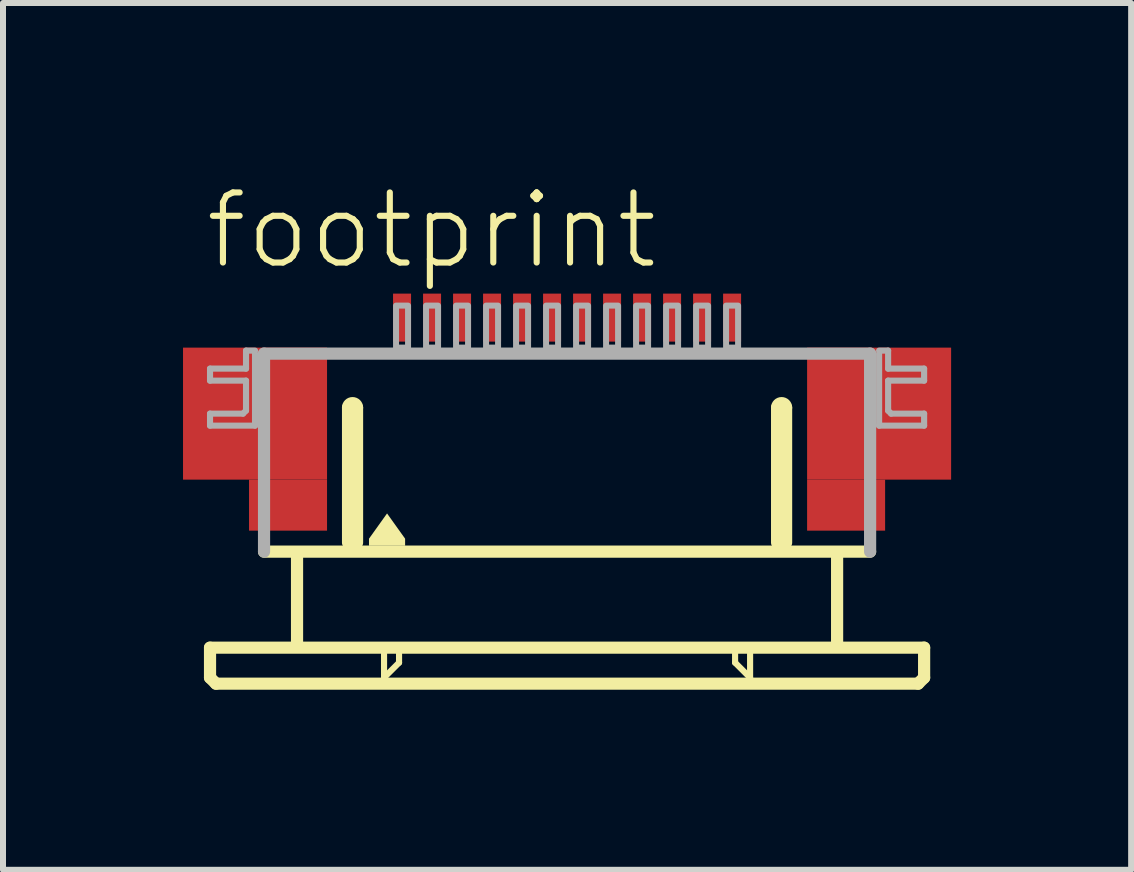
<source format=kicad_pcb>
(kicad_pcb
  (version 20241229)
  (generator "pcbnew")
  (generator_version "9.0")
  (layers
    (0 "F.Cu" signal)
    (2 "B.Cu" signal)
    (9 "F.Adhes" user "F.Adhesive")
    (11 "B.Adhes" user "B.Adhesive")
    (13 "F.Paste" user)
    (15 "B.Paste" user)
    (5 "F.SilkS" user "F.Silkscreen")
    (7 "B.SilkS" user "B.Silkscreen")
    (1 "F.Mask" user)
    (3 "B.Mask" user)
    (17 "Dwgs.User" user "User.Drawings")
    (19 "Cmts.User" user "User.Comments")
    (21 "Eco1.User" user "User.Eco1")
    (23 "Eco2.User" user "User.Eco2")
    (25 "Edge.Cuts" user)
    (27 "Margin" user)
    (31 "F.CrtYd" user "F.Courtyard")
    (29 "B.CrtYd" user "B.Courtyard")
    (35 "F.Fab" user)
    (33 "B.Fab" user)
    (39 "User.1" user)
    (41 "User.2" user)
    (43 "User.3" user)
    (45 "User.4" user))
  (footprint "footprint"
    (layer "F.Cu")
    (at 6.4 4.743)
    (property "Reference" "footprint" (at -6.08 -3.27 0) (layer "F.SilkS") (effects (font (size 1.168 1.168) (thickness 0.102)) (justify left bottom)))
    (fp_poly (pts (xy -6.4 0.2) (xy -4 0.2) (xy -4 -2) (xy -6.4 -2)) (stroke (width 0) (type solid)) (fill yes) (layer "F.Cu"))
    (fp_poly (pts (xy -5.3 1.05) (xy -4 1.05) (xy -4 0.2) (xy -5.3 0.2)) (stroke (width 0) (type solid)) (fill yes) (layer "F.Cu"))
    (fp_poly (pts (xy 4 0.2) (xy 6.4 0.2) (xy 6.4 -2) (xy 4 -2)) (stroke (width 0) (type solid)) (fill yes) (layer "F.Cu"))
    (fp_poly (pts (xy 4 1.05) (xy 5.3 1.05) (xy 5.3 0.2) (xy 4 0.2)) (stroke (width 0) (type solid)) (fill yes) (layer "F.Cu"))
    (fp_poly (pts (xy -6.4 0.2) (xy -5.25 0.2) (xy -5.25 -2) (xy -6.4 -2)) (stroke (width 0) (type solid)) (fill yes) (layer "F.Mask"))
    (fp_poly (pts (xy -5.3 1.05) (xy -4 1.05) (xy -4 -2) (xy -5.3 -2)) (stroke (width 0) (type solid)) (fill yes) (layer "F.Mask"))
    (fp_poly (pts (xy 5.3 -2) (xy 4 -2) (xy 4 1.05) (xy 5.3 1.05)) (stroke (width 0) (type solid)) (fill yes) (layer "F.Mask"))
    (fp_poly (pts (xy 6.4 -2) (xy 5.25 -2) (xy 5.25 0.2) (xy 6.4 0.2)) (stroke (width 0) (type solid)) (fill yes) (layer "F.Mask"))
    (fp_line (start -5.95 3) (end -5.95 3.5) (stroke (width 0.203) (type solid)) (layer "F.SilkS"))
    (fp_line (start -5.95 3.5) (end -5.85 3.6) (stroke (width 0.203) (type solid)) (layer "F.SilkS"))
    (fp_line (start -5.85 3.6) (end 5.85 3.6) (stroke (width 0.203) (type solid)) (layer "F.SilkS"))
    (fp_line (start -4.5 1.5) (end -4.5 2.9) (stroke (width 0.203) (type solid)) (layer "F.SilkS"))
    (fp_line (start -3.65 1.25) (end -3.65 -1) (stroke (width 0.203) (type solid)) (layer "F.SilkS"))
    (fp_line (start -3.5 -1) (end -3.5 1.25) (stroke (width 0.203) (type solid)) (layer "F.SilkS"))
    (fp_line (start -3.05 3.1) (end -3.05 3.5) (stroke (width 0.102) (type solid)) (layer "F.SilkS"))
    (fp_line (start -3.05 3.5) (end -2.8 3.25) (stroke (width 0.102) (type solid)) (layer "F.SilkS"))
    (fp_line (start -2.8 3.25) (end -2.8 3.1) (stroke (width 0.102) (type solid)) (layer "F.SilkS"))
    (fp_line (start 2.8 3.1) (end 2.8 3.25) (stroke (width 0.102) (type solid)) (layer "F.SilkS"))
    (fp_line (start 2.8 3.25) (end 3.05 3.5) (stroke (width 0.102) (type solid)) (layer "F.SilkS"))
    (fp_line (start 3.05 3.5) (end 3.05 3.1) (stroke (width 0.102) (type solid)) (layer "F.SilkS"))
    (fp_line (start 3.5 1.25) (end 3.5 -1) (stroke (width 0.203) (type solid)) (layer "F.SilkS"))
    (fp_line (start 3.65 -1) (end 3.65 1.25) (stroke (width 0.203) (type solid)) (layer "F.SilkS"))
    (fp_line (start 4.5 1.5) (end 4.5 2.9) (stroke (width 0.203) (type solid)) (layer "F.SilkS"))
    (fp_line (start 5.05 1.4) (end -5.05 1.4) (stroke (width 0.203) (type solid)) (layer "F.SilkS"))
    (fp_line (start 5.85 3.6) (end 5.95 3.5) (stroke (width 0.203) (type solid)) (layer "F.SilkS"))
    (fp_line (start 5.95 3) (end -5.95 3) (stroke (width 0.203) (type solid)) (layer "F.SilkS"))
    (fp_line (start 5.95 3.5) (end 5.95 3) (stroke (width 0.203) (type solid)) (layer "F.SilkS"))
    (fp_arc (start -3.65 -1) (mid -3.575 -1.075) (end -3.5 -1) (stroke (width 0.2032) (type solid)) (layer "F.SilkS"))
    (fp_arc (start 3.5 -1) (mid 3.575 -1.075) (end 3.65 -1) (stroke (width 0.2032) (type solid)) (layer "F.SilkS"))
    (fp_poly (pts (xy -2.699 1.184) (xy -2.699 1.301) (xy -3.301 1.301) (xy -3.301 1.184) (xy -3 0.763)) (stroke (width 0) (type solid)) (fill yes) (layer "F.SilkS"))
    (fp_poly (pts (xy -6.2 0.05) (xy -4.2 0.05) (xy -4.2 -1.85) (xy -6.2 -1.85)) (stroke (width 0) (type solid)) (fill yes) (layer "F.Paste"))
    (fp_poly (pts (xy 6.2 -1.85) (xy 4.2 -1.85) (xy 4.2 0.05) (xy 6.2 0.05)) (stroke (width 0) (type solid)) (fill yes) (layer "F.Paste"))
    (fp_line (start -5.95 -1.65) (end -5.95 -1.45) (stroke (width 0.102) (type solid)) (layer "F.Fab"))
    (fp_line (start -5.95 -1.45) (end -5.35 -1.45) (stroke (width 0.102) (type solid)) (layer "F.Fab"))
    (fp_line (start -5.95 -0.9) (end -5.95 -0.7) (stroke (width 0.102) (type solid)) (layer "F.Fab"))
    (fp_line (start -5.95 -0.7) (end -5.2 -0.7) (stroke (width 0.102) (type solid)) (layer "F.Fab"))
    (fp_line (start -5.4 -0.9) (end -5.95 -0.9) (stroke (width 0.102) (type solid)) (layer "F.Fab"))
    (fp_line (start -5.35 -1.95) (end -5.35 -1.65) (stroke (width 0.102) (type solid)) (layer "F.Fab"))
    (fp_line (start -5.35 -1.65) (end -5.95 -1.65) (stroke (width 0.102) (type solid)) (layer "F.Fab"))
    (fp_line (start -5.35 -1.45) (end -5.35 -0.95) (stroke (width 0.102) (type solid)) (layer "F.Fab"))
    (fp_line (start -5.35 -0.95) (end -5.4 -0.9) (stroke (width 0.102) (type solid)) (layer "F.Fab"))
    (fp_line (start -5.2 -1.95) (end -5.35 -1.95) (stroke (width 0.102) (type solid)) (layer "F.Fab"))
    (fp_line (start -5.2 -0.7) (end -5.2 -1.9) (stroke (width 0.102) (type solid)) (layer "F.Fab"))
    (fp_line (start -5.05 -1.9) (end 5.05 -1.9) (stroke (width 0.203) (type solid)) (layer "F.Fab"))
    (fp_line (start -5.05 1.4) (end -5.05 -1.9) (stroke (width 0.203) (type solid)) (layer "F.Fab"))
    (fp_line (start 5.05 -1.9) (end 5.05 1.4) (stroke (width 0.203) (type solid)) (layer "F.Fab"))
    (fp_line (start 5.2 -1.95) (end 5.35 -1.95) (stroke (width 0.102) (type solid)) (layer "F.Fab"))
    (fp_line (start 5.2 -0.7) (end 5.2 -1.9) (stroke (width 0.102) (type solid)) (layer "F.Fab"))
    (fp_line (start 5.35 -1.95) (end 5.35 -1.65) (stroke (width 0.102) (type solid)) (layer "F.Fab"))
    (fp_line (start 5.35 -1.65) (end 5.95 -1.65) (stroke (width 0.102) (type solid)) (layer "F.Fab"))
    (fp_line (start 5.35 -1.45) (end 5.35 -0.95) (stroke (width 0.102) (type solid)) (layer "F.Fab"))
    (fp_line (start 5.35 -0.95) (end 5.4 -0.9) (stroke (width 0.102) (type solid)) (layer "F.Fab"))
    (fp_line (start 5.4 -0.9) (end 5.95 -0.9) (stroke (width 0.102) (type solid)) (layer "F.Fab"))
    (fp_line (start 5.95 -1.65) (end 5.95 -1.45) (stroke (width 0.102) (type solid)) (layer "F.Fab"))
    (fp_line (start 5.95 -1.45) (end 5.35 -1.45) (stroke (width 0.102) (type solid)) (layer "F.Fab"))
    (fp_line (start 5.95 -0.9) (end 5.95 -0.7) (stroke (width 0.102) (type solid)) (layer "F.Fab"))
    (fp_line (start 5.95 -0.7) (end 5.2 -0.7) (stroke (width 0.102) (type solid)) (layer "F.Fab"))
    (fp_poly (pts (xy -2.85 -2) (xy -2.65 -2) (xy -2.65 -2.7) (xy -2.85 -2.7)) (stroke (width 0.1) (type solid)) (fill no) (layer "F.Fab"))
    (fp_poly (pts (xy -2.35 -2) (xy -2.15 -2) (xy -2.15 -2.7) (xy -2.35 -2.7)) (stroke (width 0.1) (type solid)) (fill no) (layer "F.Fab"))
    (fp_poly (pts (xy -1.85 -2) (xy -1.65 -2) (xy -1.65 -2.7) (xy -1.85 -2.7)) (stroke (width 0.1) (type solid)) (fill no) (layer "F.Fab"))
    (fp_poly (pts (xy -1.35 -2) (xy -1.15 -2) (xy -1.15 -2.7) (xy -1.35 -2.7)) (stroke (width 0.1) (type solid)) (fill no) (layer "F.Fab"))
    (fp_poly (pts (xy -0.85 -2) (xy -0.65 -2) (xy -0.65 -2.7) (xy -0.85 -2.7)) (stroke (width 0.1) (type solid)) (fill no) (layer "F.Fab"))
    (fp_poly (pts (xy -0.35 -2) (xy -0.15 -2) (xy -0.15 -2.7) (xy -0.35 -2.7)) (stroke (width 0.1) (type solid)) (fill no) (layer "F.Fab"))
    (fp_poly (pts (xy 0.15 -2) (xy 0.35 -2) (xy 0.35 -2.7) (xy 0.15 -2.7)) (stroke (width 0.1) (type solid)) (fill no) (layer "F.Fab"))
    (fp_poly (pts (xy 0.65 -2) (xy 0.85 -2) (xy 0.85 -2.7) (xy 0.65 -2.7)) (stroke (width 0.1) (type solid)) (fill no) (layer "F.Fab"))
    (fp_poly (pts (xy 1.15 -2) (xy 1.35 -2) (xy 1.35 -2.7) (xy 1.15 -2.7)) (stroke (width 0.1) (type solid)) (fill no) (layer "F.Fab"))
    (fp_poly (pts (xy 1.65 -2) (xy 1.85 -2) (xy 1.85 -2.7) (xy 1.65 -2.7)) (stroke (width 0.1) (type solid)) (fill no) (layer "F.Fab"))
    (fp_poly (pts (xy 2.15 -2) (xy 2.35 -2) (xy 2.35 -2.7) (xy 2.15 -2.7)) (stroke (width 0.1) (type solid)) (fill no) (layer "F.Fab"))
    (fp_poly (pts (xy 2.65 -2) (xy 2.85 -2) (xy 2.85 -2.7) (xy 2.65 -2.7)) (stroke (width 0.1) (type solid)) (fill no) (layer "F.Fab"))
    (pad "1" smd rect (at -2.75 -2.5) (size 0.3 0.8) (layers "F.Cu" "F.Mask" "F.Paste"))
    (pad "2" smd rect (at -2.25 -2.5) (size 0.3 0.8) (layers "F.Cu" "F.Mask" "F.Paste"))
    (pad "3" smd rect (at -1.75 -2.5) (size 0.3 0.8) (layers "F.Cu" "F.Mask" "F.Paste"))
    (pad "4" smd rect (at -1.25 -2.5) (size 0.3 0.8) (layers "F.Cu" "F.Mask" "F.Paste"))
    (pad "5" smd rect (at -0.75 -2.5) (size 0.3 0.8) (layers "F.Cu" "F.Mask" "F.Paste"))
    (pad "6" smd rect (at -0.25 -2.5) (size 0.3 0.8) (layers "F.Cu" "F.Mask" "F.Paste"))
    (pad "7" smd rect (at 0.25 -2.5) (size 0.3 0.8) (layers "F.Cu" "F.Mask" "F.Paste"))
    (pad "8" smd rect (at 0.75 -2.5) (size 0.3 0.8) (layers "F.Cu" "F.Mask" "F.Paste"))
    (pad "9" smd rect (at 1.25 -2.5) (size 0.3 0.8) (layers "F.Cu" "F.Mask" "F.Paste"))
    (pad "10" smd rect (at 1.75 -2.5) (size 0.3 0.8) (layers "F.Cu" "F.Mask" "F.Paste"))
    (pad "11" smd rect (at 2.25 -2.5) (size 0.3 0.8) (layers "F.Cu" "F.Mask" "F.Paste"))
    (pad "12" smd rect (at 2.75 -2.5) (size 0.3 0.8) (layers "F.Cu" "F.Mask" "F.Paste")))
  (gr_rect
    (start -3 -3)
    (end 15.8 11.445)
    (stroke (width 0.1) (type default))
    (fill no)
    (layer "Edge.Cuts")))
</source>
